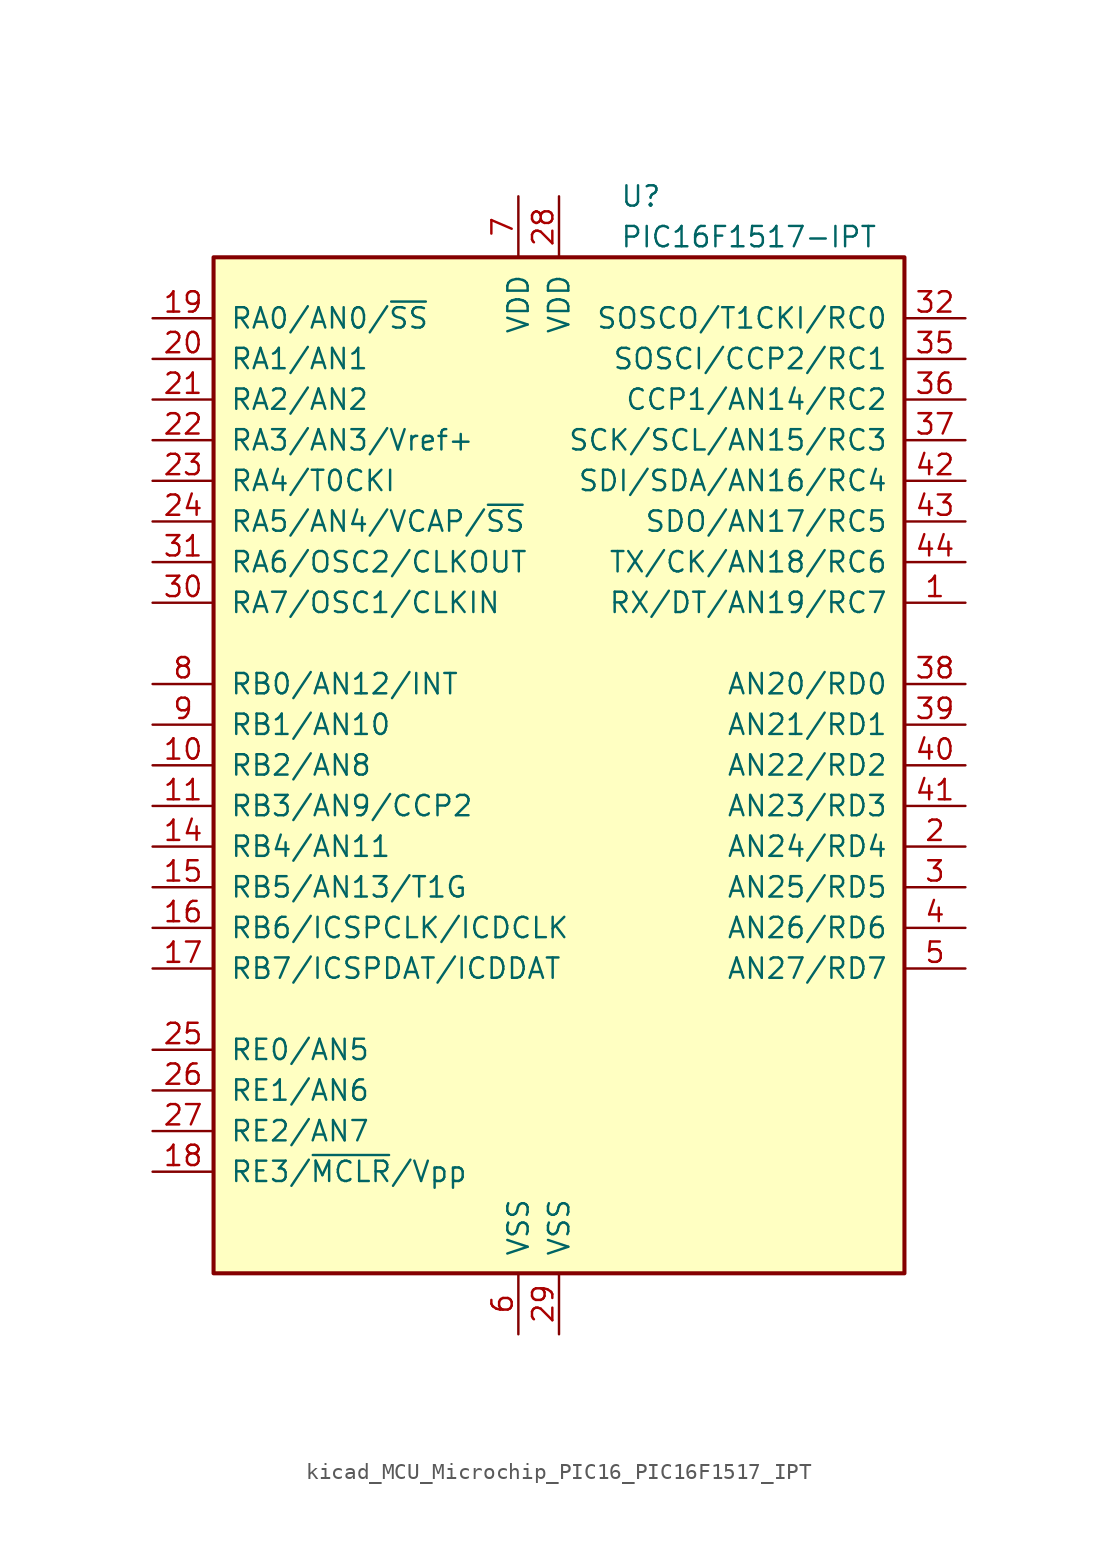
<source format=kicad_sym>
(kicad_symbol_lib
  (version 20220914)
  (generator kicad_symbol_editor)
  (symbol "kicad_MCU_Microchip_PIC16_PIC16F1517_IPT"
    (pin_names
      (offset 1.016))
    (property "Reference" "U"
      (at 3.81 35.56 0)
      (effects (font (size 1.27 1.27)) (justify left)))
    (property "Value" "PIC16F1517-IPT"
      (at 3.81 33.02 0)
      (effects (font (size 1.27 1.27)) (justify left)))
    (symbol "kicad_MCU_Microchip_PIC16_PIC16F1517_IPT_0_1"
      (rectangle (start -21.59 31.75) (end 21.59 -31.75) (stroke (width 0.254) (type default)) (fill (type background))))
    (symbol "kicad_MCU_Microchip_PIC16_PIC16F1517_IPT_1_1"
      (pin bidirectional line (at 25.4 10.16 180) (length 3.81) (name "RX/DT/AN19/RC7" (effects (font (size 1.27 1.27)))) (number "1" (effects (font (size 1.27 1.27)))))
      (pin bidirectional line (at -25.4 0 0) (length 3.81) (name "RB2/AN8" (effects (font (size 1.27 1.27)))) (number "10" (effects (font (size 1.27 1.27)))))
      (pin bidirectional line (at -25.4 -2.54 0) (length 3.81) (name "RB3/AN9/CCP2" (effects (font (size 1.27 1.27)))) (number "11" (effects (font (size 1.27 1.27)))))
      (pin bidirectional line (at -25.4 -5.08 0) (length 3.81) (name "RB4/AN11" (effects (font (size 1.27 1.27)))) (number "14" (effects (font (size 1.27 1.27)))))
      (pin bidirectional line (at -25.4 -7.62 0) (length 3.81) (name "RB5/AN13/T1G" (effects (font (size 1.27 1.27)))) (number "15" (effects (font (size 1.27 1.27)))))
      (pin bidirectional line (at -25.4 -10.16 0) (length 3.81) (name "RB6/ICSPCLK/ICDCLK" (effects (font (size 1.27 1.27)))) (number "16" (effects (font (size 1.27 1.27)))))
      (pin bidirectional line (at -25.4 -12.7 0) (length 3.81) (name "RB7/ICSPDAT/ICDDAT" (effects (font (size 1.27 1.27)))) (number "17" (effects (font (size 1.27 1.27)))))
      (pin input line (at -25.4 -25.4 0) (length 3.81) (name "RE3/~{MCLR}/Vpp" (effects (font (size 1.27 1.27)))) (number "18" (effects (font (size 1.27 1.27)))))
      (pin bidirectional line (at -25.4 27.94 0) (length 3.81) (name "RA0/AN0/~{SS}" (effects (font (size 1.27 1.27)))) (number "19" (effects (font (size 1.27 1.27)))))
      (pin bidirectional line (at 25.4 -5.08 180) (length 3.81) (name "AN24/RD4" (effects (font (size 1.27 1.27)))) (number "2" (effects (font (size 1.27 1.27)))))
      (pin bidirectional line (at -25.4 25.4 0) (length 3.81) (name "RA1/AN1" (effects (font (size 1.27 1.27)))) (number "20" (effects (font (size 1.27 1.27)))))
      (pin bidirectional line (at -25.4 22.86 0) (length 3.81) (name "RA2/AN2" (effects (font (size 1.27 1.27)))) (number "21" (effects (font (size 1.27 1.27)))))
      (pin bidirectional line (at -25.4 20.32 0) (length 3.81) (name "RA3/AN3/Vref+" (effects (font (size 1.27 1.27)))) (number "22" (effects (font (size 1.27 1.27)))))
      (pin bidirectional line (at -25.4 17.78 0) (length 3.81) (name "RA4/T0CKI" (effects (font (size 1.27 1.27)))) (number "23" (effects (font (size 1.27 1.27)))))
      (pin bidirectional line (at -25.4 15.24 0) (length 3.81) (name "RA5/AN4/VCAP/~{SS}" (effects (font (size 1.27 1.27)))) (number "24" (effects (font (size 1.27 1.27)))))
      (pin bidirectional line (at -25.4 -17.78 0) (length 3.81) (name "RE0/AN5" (effects (font (size 1.27 1.27)))) (number "25" (effects (font (size 1.27 1.27)))))
      (pin bidirectional line (at -25.4 -20.32 0) (length 3.81) (name "RE1/AN6" (effects (font (size 1.27 1.27)))) (number "26" (effects (font (size 1.27 1.27)))))
      (pin bidirectional line (at -25.4 -22.86 0) (length 3.81) (name "RE2/AN7" (effects (font (size 1.27 1.27)))) (number "27" (effects (font (size 1.27 1.27)))))
      (pin power_in line (at 0 35.56 270) (length 3.81) (name "VDD" (effects (font (size 1.27 1.27)))) (number "28" (effects (font (size 1.27 1.27)))))
      (pin power_in line (at 0 -35.56 90) (length 3.81) (name "VSS" (effects (font (size 1.27 1.27)))) (number "29" (effects (font (size 1.27 1.27)))))
      (pin bidirectional line (at 25.4 -7.62 180) (length 3.81) (name "AN25/RD5" (effects (font (size 1.27 1.27)))) (number "3" (effects (font (size 1.27 1.27)))))
      (pin bidirectional line (at -25.4 10.16 0) (length 3.81) (name "RA7/OSC1/CLKIN" (effects (font (size 1.27 1.27)))) (number "30" (effects (font (size 1.27 1.27)))))
      (pin bidirectional line (at -25.4 12.7 0) (length 3.81) (name "RA6/OSC2/CLKOUT" (effects (font (size 1.27 1.27)))) (number "31" (effects (font (size 1.27 1.27)))))
      (pin bidirectional line (at 25.4 27.94 180) (length 3.81) (name "SOSCO/T1CKI/RC0" (effects (font (size 1.27 1.27)))) (number "32" (effects (font (size 1.27 1.27)))))
      (pin bidirectional line (at 25.4 25.4 180) (length 3.81) (name "SOSCI/CCP2/RC1" (effects (font (size 1.27 1.27)))) (number "35" (effects (font (size 1.27 1.27)))))
      (pin bidirectional line (at 25.4 22.86 180) (length 3.81) (name "CCP1/AN14/RC2" (effects (font (size 1.27 1.27)))) (number "36" (effects (font (size 1.27 1.27)))))
      (pin bidirectional line (at 25.4 20.32 180) (length 3.81) (name "SCK/SCL/AN15/RC3" (effects (font (size 1.27 1.27)))) (number "37" (effects (font (size 1.27 1.27)))))
      (pin bidirectional line (at 25.4 5.08 180) (length 3.81) (name "AN20/RD0" (effects (font (size 1.27 1.27)))) (number "38" (effects (font (size 1.27 1.27)))))
      (pin bidirectional line (at 25.4 2.54 180) (length 3.81) (name "AN21/RD1" (effects (font (size 1.27 1.27)))) (number "39" (effects (font (size 1.27 1.27)))))
      (pin bidirectional line (at 25.4 -10.16 180) (length 3.81) (name "AN26/RD6" (effects (font (size 1.27 1.27)))) (number "4" (effects (font (size 1.27 1.27)))))
      (pin bidirectional line (at 25.4 0 180) (length 3.81) (name "AN22/RD2" (effects (font (size 1.27 1.27)))) (number "40" (effects (font (size 1.27 1.27)))))
      (pin bidirectional line (at 25.4 -2.54 180) (length 3.81) (name "AN23/RD3" (effects (font (size 1.27 1.27)))) (number "41" (effects (font (size 1.27 1.27)))))
      (pin bidirectional line (at 25.4 17.78 180) (length 3.81) (name "SDI/SDA/AN16/RC4" (effects (font (size 1.27 1.27)))) (number "42" (effects (font (size 1.27 1.27)))))
      (pin bidirectional line (at 25.4 15.24 180) (length 3.81) (name "SDO/AN17/RC5" (effects (font (size 1.27 1.27)))) (number "43" (effects (font (size 1.27 1.27)))))
      (pin bidirectional line (at 25.4 12.7 180) (length 3.81) (name "TX/CK/AN18/RC6" (effects (font (size 1.27 1.27)))) (number "44" (effects (font (size 1.27 1.27)))))
      (pin bidirectional line (at 25.4 -12.7 180) (length 3.81) (name "AN27/RD7" (effects (font (size 1.27 1.27)))) (number "5" (effects (font (size 1.27 1.27)))))
      (pin power_in line (at -2.54 -35.56 90) (length 3.81) (name "VSS" (effects (font (size 1.27 1.27)))) (number "6" (effects (font (size 1.27 1.27)))))
      (pin power_in line (at -2.54 35.56 270) (length 3.81) (name "VDD" (effects (font (size 1.27 1.27)))) (number "7" (effects (font (size 1.27 1.27)))))
      (pin bidirectional line (at -25.4 5.08 0) (length 3.81) (name "RB0/AN12/INT" (effects (font (size 1.27 1.27)))) (number "8" (effects (font (size 1.27 1.27)))))
      (pin bidirectional line (at -25.4 2.54 0) (length 3.81) (name "RB1/AN10" (effects (font (size 1.27 1.27)))) (number "9" (effects (font (size 1.27 1.27))))))))
</source>
